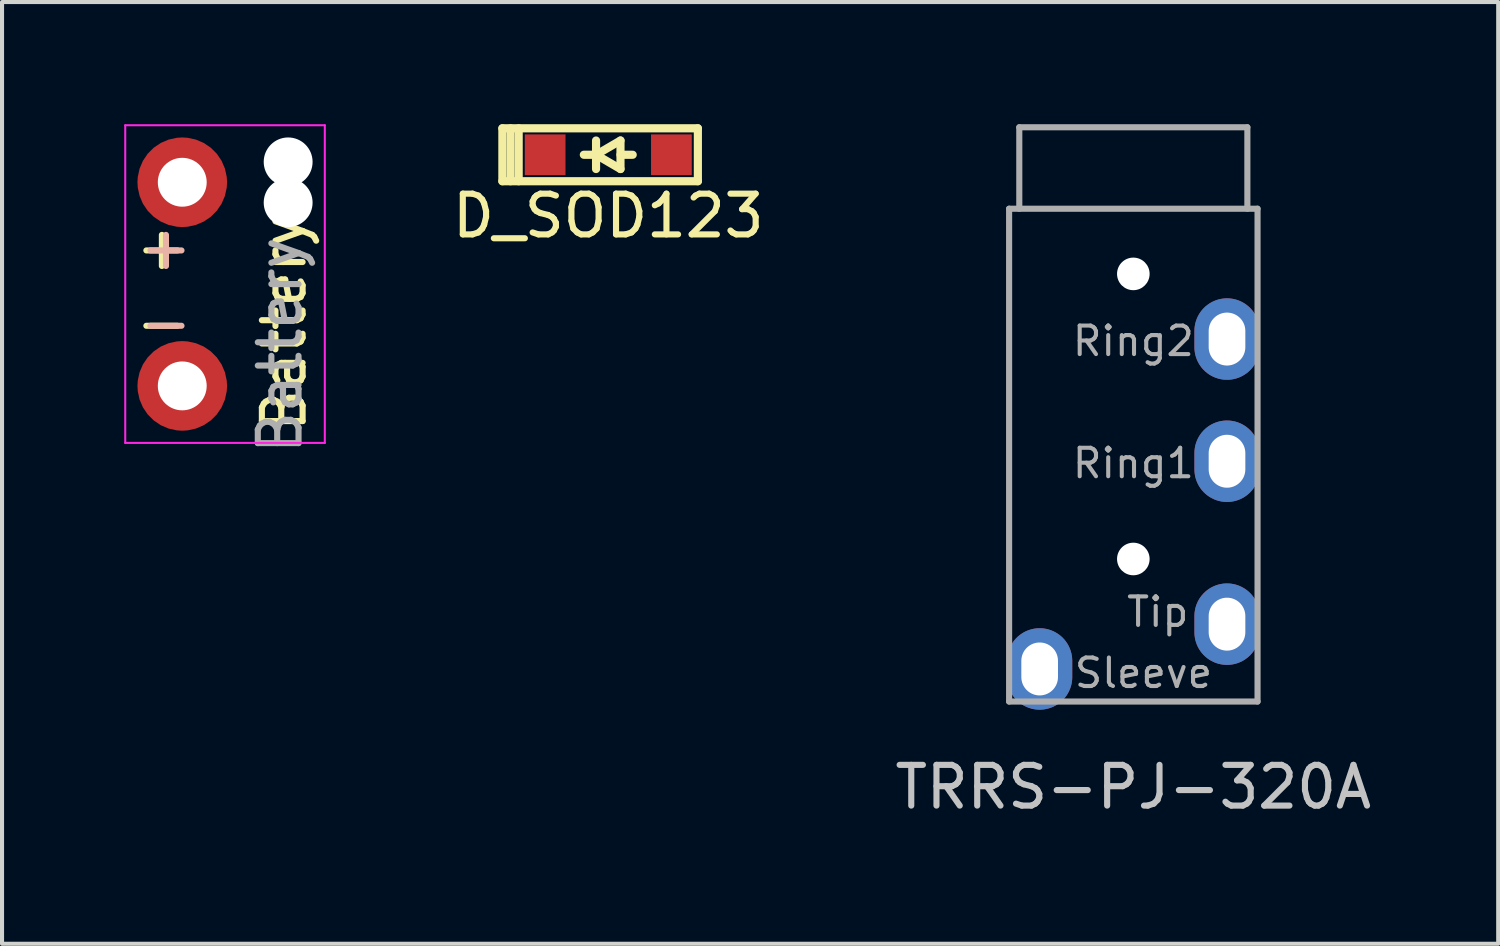
<source format=kicad_pcb>
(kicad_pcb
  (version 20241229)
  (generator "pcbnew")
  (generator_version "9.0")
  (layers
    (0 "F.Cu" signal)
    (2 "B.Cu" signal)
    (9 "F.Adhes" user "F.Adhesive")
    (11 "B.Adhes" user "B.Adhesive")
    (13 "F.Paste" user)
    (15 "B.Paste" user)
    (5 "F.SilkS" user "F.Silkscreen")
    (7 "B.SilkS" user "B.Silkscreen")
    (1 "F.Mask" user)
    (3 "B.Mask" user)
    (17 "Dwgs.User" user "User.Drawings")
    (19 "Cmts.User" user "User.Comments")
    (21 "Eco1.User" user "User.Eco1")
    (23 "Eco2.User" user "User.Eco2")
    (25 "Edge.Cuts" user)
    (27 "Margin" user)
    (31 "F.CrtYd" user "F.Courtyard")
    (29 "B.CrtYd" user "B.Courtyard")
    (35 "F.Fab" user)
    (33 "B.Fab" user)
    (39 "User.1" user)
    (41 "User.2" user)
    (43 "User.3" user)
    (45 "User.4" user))
  (footprint "D_SOD123"
    (layer "F.Cu")
    (at 11.885 0.75)
    (property "Reference" "D_SOD123" (at 0 1.5 0) (layer "F.SilkS") (effects (font (size 1 1) (thickness 0.15))))
    (attr smd)
    (fp_line (start -2.6 -0.65) (end -2.6 0.65) (stroke (width 0.2) (type solid)) (layer "F.SilkS"))
    (fp_line (start -2.6 -0.65) (end 2.2 -0.65) (stroke (width 0.2) (type solid)) (layer "F.SilkS"))
    (fp_line (start -2.6 0.65) (end 2.2 0.65) (stroke (width 0.2) (type solid)) (layer "F.SilkS"))
    (fp_line (start -2.4 -0.65) (end -2.4 0.65) (stroke (width 0.2) (type solid)) (layer "F.SilkS"))
    (fp_line (start -2.2 -0.65) (end -2.2 0.65) (stroke (width 0.2) (type solid)) (layer "F.SilkS"))
    (fp_line (start -0.3 -0.35) (end -0.3 0.35) (stroke (width 0.2) (type solid)) (layer "F.SilkS"))
    (fp_line (start -0.3 0) (end -0.6 0) (stroke (width 0.2) (type solid)) (layer "F.SilkS"))
    (fp_line (start -0.3 0) (end 0.3 -0.35) (stroke (width 0.2) (type solid)) (layer "F.SilkS"))
    (fp_line (start 0.3 -0.35) (end 0.3 0.35) (stroke (width 0.2) (type solid)) (layer "F.SilkS"))
    (fp_line (start 0.3 0) (end 0.6 0) (stroke (width 0.2) (type solid)) (layer "F.SilkS"))
    (fp_line (start 0.3 0.35) (end -0.3 0) (stroke (width 0.2) (type solid)) (layer "F.SilkS"))
    (fp_line (start 2.2 -0.65) (end 2.2 0.65) (stroke (width 0.2) (type solid)) (layer "F.SilkS"))
    (pad "1" smd rect (at -1.55 0) (size 1 1) (layers "F.Cu" "F.Mask" "F.Paste"))
    (pad "2" smd rect (at 1.55 0) (size 1 1) (layers "F.Cu" "F.Mask" "F.Paste")))
  (footprint "TRRS-PJ-320A"
    (layer "F.Cu")
    (at 24.777 2.075)
    (property "Reference" "TRRS-PJ-320A" (at 0 14.2 0) (layer "Dwgs.User") (effects (font (size 1 1) (thickness 0.15))))
    (attr through_hole)
    (fp_line (start -3.05 0) (end -3.05 12.1) (stroke (width 0.15) (type solid)) (layer "F.Fab"))
    (fp_line (start -2.8 0) (end -2.8 -2) (stroke (width 0.15) (type solid)) (layer "F.Fab"))
    (fp_line (start 2.8 -2) (end -2.8 -2) (stroke (width 0.15) (type solid)) (layer "F.Fab"))
    (fp_line (start 2.8 0) (end 2.8 -2) (stroke (width 0.15) (type solid)) (layer "F.Fab"))
    (fp_line (start 3.05 0) (end -3.05 0) (stroke (width 0.15) (type solid)) (layer "F.Fab"))
    (fp_line (start 3.05 0) (end 3.05 12.1) (stroke (width 0.15) (type solid)) (layer "F.Fab"))
    (fp_line (start 3.05 12.1) (end -3.05 12.1) (stroke (width 0.15) (type solid)) (layer "F.Fab"))
    (fp_text user "Sleeve" (at 0.25 11.4 0) (layer "F.Fab") (effects (font (size 0.7 0.7) (thickness 0.1))))
    (fp_text user "Ring1" (at 0 6.25 0) (layer "F.Fab") (effects (font (size 0.7 0.7) (thickness 0.1))))
    (fp_text user "Tip" (at 0.6 9.9 0) (layer "F.Fab") (effects (font (size 0.7 0.7) (thickness 0.1))))
    (fp_text user "Ring2" (at 0 3.25 0) (layer "F.Fab") (effects (font (size 0.7 0.7) (thickness 0.1))))
    (pad "" np_thru_hole circle (at 0 1.6) (size 0.8 0.8) (drill 0.8) (layers "*.Cu" "*.Mask"))
    (pad "" np_thru_hole circle (at 0 8.6) (size 0.8 0.8) (drill 0.8) (layers "*.Cu" "*.Mask"))
    (pad "1" thru_hole oval (at -2.3 11.3) (size 1.6 2) (drill oval 0.9 1.3) (layers "*.Cu" "*.Mask"))
    (pad "2" thru_hole oval (at 2.3 10.2) (size 1.6 2) (drill oval 0.9 1.3) (layers "*.Cu" "*.Mask"))
    (pad "3" thru_hole oval (at 2.3 6.2) (size 1.6 2) (drill oval 0.9 1.3) (layers "*.Cu" "*.Mask"))
    (pad "4" thru_hole oval (at 2.3 3.2) (size 1.6 2) (drill oval 0.9 1.3) (layers "*.Cu" "*.Mask")))
  (footprint "Battery"
    (layer "F.Cu")
    (at 2.425 3.925)
    (property "Reference" "Battery" (at 1.5 3.7 90) (layer "F.SilkS") (effects (font (size 1 1) (thickness 0.15)) (justify left)))
    (attr smd)
    (fp_line (start -2.4 -3.9) (end -2.4 3.9) (stroke (width 0.05) (type solid)) (layer "F.CrtYd"))
    (fp_line (start -2.4 3.9) (end 2.5 3.9) (stroke (width 0.05) (type solid)) (layer "F.CrtYd"))
    (fp_line (start 2.5 -3.9) (end -2.4 -3.9) (stroke (width 0.05) (type solid)) (layer "F.CrtYd"))
    (fp_line (start 2.5 3.9) (end 2.5 -3.9) (stroke (width 0.05) (type solid)) (layer "F.CrtYd"))
    (fp_text user "+" (at -1.5 -0.9 0) (layer "F.SilkS") (effects (font (size 1 1) (thickness 0.15))))
    (fp_text user "-" (at -1.5 0.95 0) (layer "F.SilkS") (effects (font (size 1 1) (thickness 0.15))))
    (fp_text user "-" (at -1.4 0.95 0) (layer "B.SilkS") (effects (font (size 1 1) (thickness 0.15))))
    (fp_text user "+" (at -1.4 -0.9 180) (layer "B.SilkS") (effects (font (size 1 1) (thickness 0.15))))
    (fp_text user "${REFERENCE}" (at 1.4 1.5 90) (layer "F.Fab") (effects (font (size 1 1) (thickness 0.15))))
    (pad "" np_thru_hole circle (at -1 -2.5 270) (size 1.2 1.2) (drill 1.2) (layers "*.Cu" "*.Mask"))
    (pad "" np_thru_hole circle (at -1 2.5 270) (size 1.2 1.2) (drill 1.2) (layers "*.Cu" "*.Mask"))
    (pad "" np_thru_hole circle (at 1.6 -3 270) (size 1.2 1.2) (drill 1.2) (layers "*.Cu" "*.Mask"))
    (pad "" np_thru_hole circle (at 1.6 -2 270) (size 1.2 1.2) (drill 1.2) (layers "*.Cu" "*.Mask"))
    (pad "1" smd roundrect (at -1 -2.5 270) (size 2.2 2.2) (layers "F.Cu" "F.Mask" "F.Paste") (roundrect_rratio 0.5))
    (pad "2" smd roundrect (at -1 2.5 270) (size 2.2 2.2) (layers "F.Cu" "F.Mask" "F.Paste") (roundrect_rratio 0.5)))
  (gr_rect
    (start -3 -3)
    (end 33.736 20.123)
    (stroke (width 0.1) (type default))
    (fill no)
    (layer "Edge.Cuts")))
</source>
